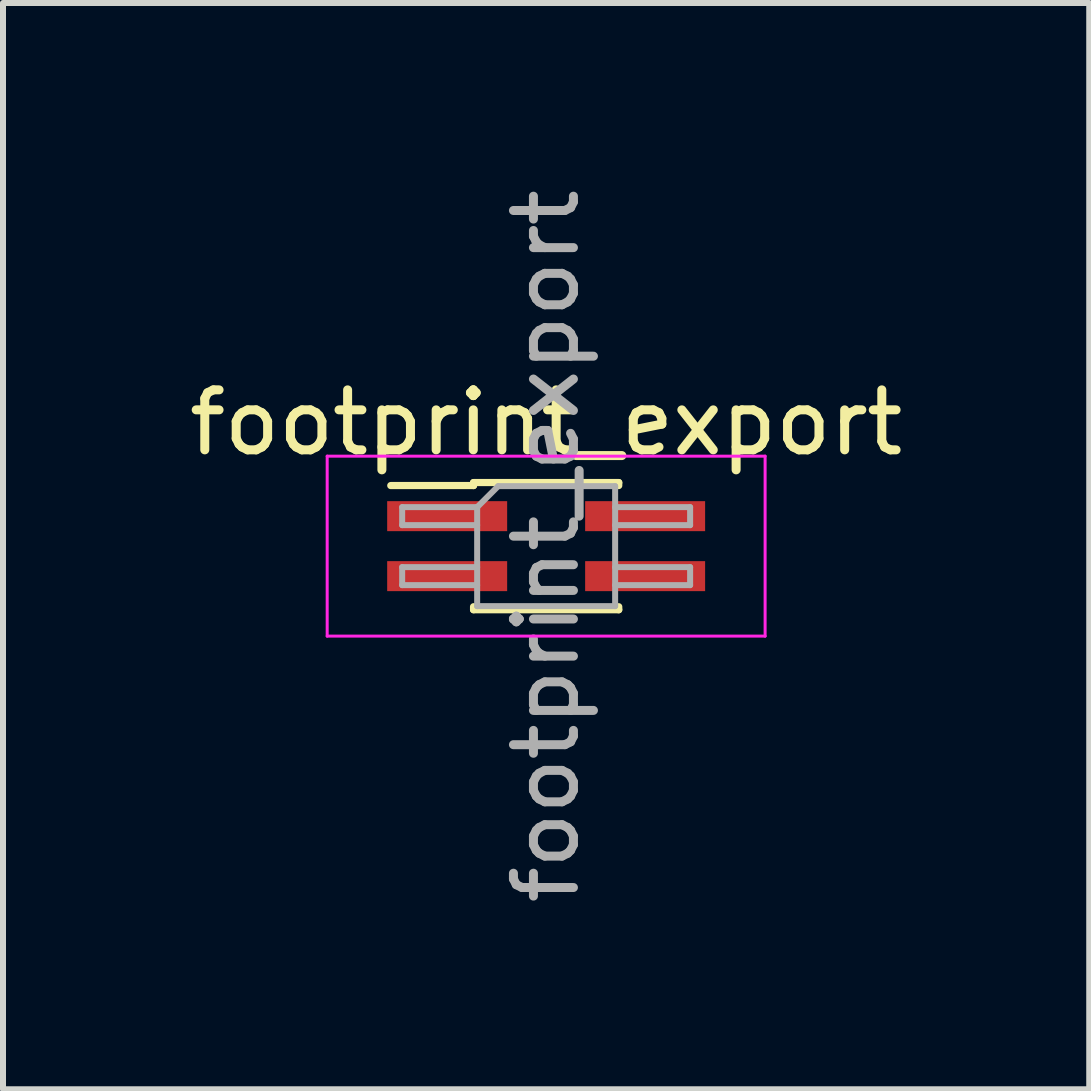
<source format=kicad_pcb>
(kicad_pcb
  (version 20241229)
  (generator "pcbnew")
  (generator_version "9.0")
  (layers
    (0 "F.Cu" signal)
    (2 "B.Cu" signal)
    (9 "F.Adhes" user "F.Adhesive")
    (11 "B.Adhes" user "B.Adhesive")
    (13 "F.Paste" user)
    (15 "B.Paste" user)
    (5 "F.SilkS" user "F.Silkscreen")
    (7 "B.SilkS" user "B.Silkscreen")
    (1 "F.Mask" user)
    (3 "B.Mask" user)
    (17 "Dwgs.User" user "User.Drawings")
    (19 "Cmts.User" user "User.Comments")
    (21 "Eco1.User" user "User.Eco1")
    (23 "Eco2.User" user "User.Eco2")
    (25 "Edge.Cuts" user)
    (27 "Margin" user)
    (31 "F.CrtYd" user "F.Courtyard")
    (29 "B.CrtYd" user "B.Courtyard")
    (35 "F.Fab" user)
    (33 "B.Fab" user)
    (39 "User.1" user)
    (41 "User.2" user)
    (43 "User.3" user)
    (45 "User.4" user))
  (footprint "footprint_export"
    (layer "F.Cu")
    (at 6.054 6.054)
    (property "Reference" "footprint_export" (at 0 -2.06 0) (layer "F.SilkS") (effects (font (size 1 1) (thickness 0.15))))
    (attr smd)
    (fp_line (start -2.59 -1.01) (end -1.21 -1.01) (stroke (width 0.12) (type solid)) (layer "F.SilkS"))
    (fp_line (start -1.21 -1.06) (end -1.21 -1.01) (stroke (width 0.12) (type solid)) (layer "F.SilkS"))
    (fp_line (start -1.21 -1.06) (end 1.21 -1.06) (stroke (width 0.12) (type solid)) (layer "F.SilkS"))
    (fp_line (start -1.21 1.01) (end -1.21 1.06) (stroke (width 0.12) (type solid)) (layer "F.SilkS"))
    (fp_line (start -1.21 1.06) (end 1.21 1.06) (stroke (width 0.12) (type solid)) (layer "F.SilkS"))
    (fp_line (start 1.21 -1.06) (end 1.21 -1.01) (stroke (width 0.12) (type solid)) (layer "F.SilkS"))
    (fp_line (start 1.21 1.01) (end 1.21 1.06) (stroke (width 0.12) (type solid)) (layer "F.SilkS"))
    (fp_line (start -3.65 -1.5) (end -3.65 1.5) (stroke (width 0.05) (type solid)) (layer "F.CrtYd"))
    (fp_line (start -3.65 1.5) (end 3.65 1.5) (stroke (width 0.05) (type solid)) (layer "F.CrtYd"))
    (fp_line (start 3.65 -1.5) (end -3.65 -1.5) (stroke (width 0.05) (type solid)) (layer "F.CrtYd"))
    (fp_line (start 3.65 1.5) (end 3.65 -1.5) (stroke (width 0.05) (type solid)) (layer "F.CrtYd"))
    (fp_line (start -2.4 -0.65) (end -2.4 -0.35) (stroke (width 0.1) (type solid)) (layer "F.Fab"))
    (fp_line (start -2.4 -0.35) (end -1.15 -0.35) (stroke (width 0.1) (type solid)) (layer "F.Fab"))
    (fp_line (start -2.4 0.35) (end -2.4 0.65) (stroke (width 0.1) (type solid)) (layer "F.Fab"))
    (fp_line (start -2.4 0.65) (end -1.15 0.65) (stroke (width 0.1) (type solid)) (layer "F.Fab"))
    (fp_line (start -1.15 -0.65) (end -2.4 -0.65) (stroke (width 0.1) (type solid)) (layer "F.Fab"))
    (fp_line (start -1.15 -0.65) (end -0.8 -1) (stroke (width 0.1) (type solid)) (layer "F.Fab"))
    (fp_line (start -1.15 0.35) (end -2.4 0.35) (stroke (width 0.1) (type solid)) (layer "F.Fab"))
    (fp_line (start -1.15 1) (end -1.15 -0.65) (stroke (width 0.1) (type solid)) (layer "F.Fab"))
    (fp_line (start -0.8 -1) (end 1.15 -1) (stroke (width 0.1) (type solid)) (layer "F.Fab"))
    (fp_line (start 1.15 -1) (end 1.15 1) (stroke (width 0.1) (type solid)) (layer "F.Fab"))
    (fp_line (start 1.15 -0.65) (end 2.4 -0.65) (stroke (width 0.1) (type solid)) (layer "F.Fab"))
    (fp_line (start 1.15 0.35) (end 2.4 0.35) (stroke (width 0.1) (type solid)) (layer "F.Fab"))
    (fp_line (start 1.15 1) (end -1.15 1) (stroke (width 0.1) (type solid)) (layer "F.Fab"))
    (fp_line (start 2.4 -0.65) (end 2.4 -0.35) (stroke (width 0.1) (type solid)) (layer "F.Fab"))
    (fp_line (start 2.4 -0.35) (end 1.15 -0.35) (stroke (width 0.1) (type solid)) (layer "F.Fab"))
    (fp_line (start 2.4 0.35) (end 2.4 0.65) (stroke (width 0.1) (type solid)) (layer "F.Fab"))
    (fp_line (start 2.4 0.65) (end 1.15 0.65) (stroke (width 0.1) (type solid)) (layer "F.Fab"))
    (fp_text user "${REFERENCE}" (at 0 0 90) (layer "F.Fab") (effects (font (size 1 1) (thickness 0.15))))
    (pad "1" smd rect (at -1.65 -0.5) (size 2 0.5) (layers "F.Cu" "F.Mask" "F.Paste"))
    (pad "2" smd rect (at 1.65 -0.5) (size 2 0.5) (layers "F.Cu" "F.Mask" "F.Paste"))
    (pad "3" smd rect (at -1.65 0.5) (size 2 0.5) (layers "F.Cu" "F.Mask" "F.Paste"))
    (pad "4" smd rect (at 1.65 0.5) (size 2 0.5) (layers "F.Cu" "F.Mask" "F.Paste")))
  (gr_rect
    (start -3 -3)
    (end 15.107 15.107)
    (stroke (width 0.1) (type default))
    (fill no)
    (layer "Edge.Cuts")))
</source>
